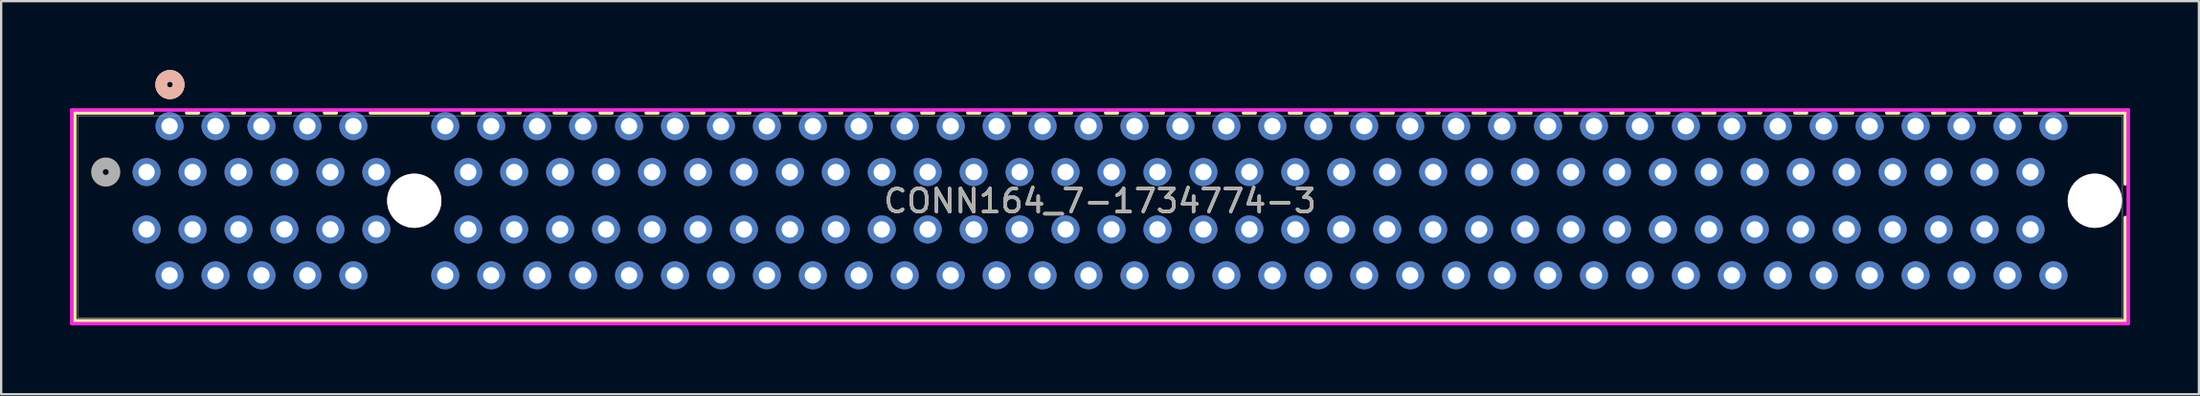
<source format=kicad_pcb>
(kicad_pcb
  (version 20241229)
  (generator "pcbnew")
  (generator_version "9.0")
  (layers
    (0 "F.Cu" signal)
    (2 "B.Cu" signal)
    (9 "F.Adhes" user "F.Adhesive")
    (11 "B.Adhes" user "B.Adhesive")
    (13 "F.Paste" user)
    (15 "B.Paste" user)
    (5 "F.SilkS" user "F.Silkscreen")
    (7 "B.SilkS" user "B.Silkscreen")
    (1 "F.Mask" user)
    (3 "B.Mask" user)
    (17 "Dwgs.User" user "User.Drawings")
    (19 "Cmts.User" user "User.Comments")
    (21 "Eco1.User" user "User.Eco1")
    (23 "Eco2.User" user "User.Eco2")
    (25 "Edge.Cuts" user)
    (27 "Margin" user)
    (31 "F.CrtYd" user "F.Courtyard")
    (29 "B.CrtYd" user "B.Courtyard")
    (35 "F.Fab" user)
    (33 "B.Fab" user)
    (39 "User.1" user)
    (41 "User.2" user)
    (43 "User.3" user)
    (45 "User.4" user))
  (footprint "CONN164_7-1734774-3"
    (layer "F.Cu")
    (at 3.33 4.445)
    (property "Reference" "CONN164_7-1734774-3" (at 41.5 1.264 0) (unlocked yes) (layer "F.SilkS") (effects (font (size 1 1) (thickness 0.15))))
    (attr through_hole)
    (fp_line (start -3.127 -2.577) (end 0.255 -2.577) (stroke (width 0.152) (type solid)) (layer "F.SilkS"))
    (fp_line (start -3.127 6.477) (end -3.127 -2.577) (stroke (width 0.152) (type solid)) (layer "F.SilkS"))
    (fp_line (start 1.745 -2.577) (end 2.255 -2.577) (stroke (width 0.152) (type solid)) (layer "F.SilkS"))
    (fp_line (start 3.745 -2.577) (end 4.255 -2.577) (stroke (width 0.152) (type solid)) (layer "F.SilkS"))
    (fp_line (start 5.745 -2.577) (end 6.255 -2.577) (stroke (width 0.152) (type solid)) (layer "F.SilkS"))
    (fp_line (start 7.745 -2.577) (end 8.255 -2.577) (stroke (width 0.152) (type solid)) (layer "F.SilkS"))
    (fp_line (start 9.745 -2.577) (end 12.255 -2.577) (stroke (width 0.152) (type solid)) (layer "F.SilkS"))
    (fp_line (start 13.745 -2.577) (end 14.255 -2.577) (stroke (width 0.152) (type solid)) (layer "F.SilkS"))
    (fp_line (start 15.745 -2.577) (end 16.255 -2.577) (stroke (width 0.152) (type solid)) (layer "F.SilkS"))
    (fp_line (start 17.745 -2.577) (end 18.255 -2.577) (stroke (width 0.152) (type solid)) (layer "F.SilkS"))
    (fp_line (start 19.745 -2.577) (end 20.255 -2.577) (stroke (width 0.152) (type solid)) (layer "F.SilkS"))
    (fp_line (start 21.745 -2.577) (end 22.255 -2.577) (stroke (width 0.152) (type solid)) (layer "F.SilkS"))
    (fp_line (start 23.745 -2.577) (end 24.255 -2.577) (stroke (width 0.152) (type solid)) (layer "F.SilkS"))
    (fp_line (start 25.745 -2.577) (end 26.255 -2.577) (stroke (width 0.152) (type solid)) (layer "F.SilkS"))
    (fp_line (start 27.745 -2.577) (end 28.255 -2.577) (stroke (width 0.152) (type solid)) (layer "F.SilkS"))
    (fp_line (start 29.745 -2.577) (end 30.255 -2.577) (stroke (width 0.152) (type solid)) (layer "F.SilkS"))
    (fp_line (start 31.745 -2.577) (end 32.255 -2.577) (stroke (width 0.152) (type solid)) (layer "F.SilkS"))
    (fp_line (start 33.745 -2.577) (end 34.255 -2.577) (stroke (width 0.152) (type solid)) (layer "F.SilkS"))
    (fp_line (start 35.745 -2.577) (end 36.255 -2.577) (stroke (width 0.152) (type solid)) (layer "F.SilkS"))
    (fp_line (start 37.745 -2.577) (end 38.255 -2.577) (stroke (width 0.152) (type solid)) (layer "F.SilkS"))
    (fp_line (start 39.745 -2.577) (end 40.255 -2.577) (stroke (width 0.152) (type solid)) (layer "F.SilkS"))
    (fp_line (start 41.745 -2.577) (end 42.255 -2.577) (stroke (width 0.152) (type solid)) (layer "F.SilkS"))
    (fp_line (start 43.745 -2.577) (end 44.255 -2.577) (stroke (width 0.152) (type solid)) (layer "F.SilkS"))
    (fp_line (start 45.745 -2.577) (end 46.255 -2.577) (stroke (width 0.152) (type solid)) (layer "F.SilkS"))
    (fp_line (start 47.745 -2.577) (end 48.255 -2.577) (stroke (width 0.152) (type solid)) (layer "F.SilkS"))
    (fp_line (start 49.745 -2.577) (end 50.255 -2.577) (stroke (width 0.152) (type solid)) (layer "F.SilkS"))
    (fp_line (start 51.745 -2.577) (end 52.255 -2.577) (stroke (width 0.152) (type solid)) (layer "F.SilkS"))
    (fp_line (start 53.745 -2.577) (end 54.255 -2.577) (stroke (width 0.152) (type solid)) (layer "F.SilkS"))
    (fp_line (start 55.745 -2.577) (end 56.255 -2.577) (stroke (width 0.152) (type solid)) (layer "F.SilkS"))
    (fp_line (start 57.745 -2.577) (end 58.255 -2.577) (stroke (width 0.152) (type solid)) (layer "F.SilkS"))
    (fp_line (start 59.745 -2.577) (end 60.255 -2.577) (stroke (width 0.152) (type solid)) (layer "F.SilkS"))
    (fp_line (start 61.745 -2.577) (end 62.255 -2.577) (stroke (width 0.152) (type solid)) (layer "F.SilkS"))
    (fp_line (start 63.745 -2.577) (end 64.255 -2.577) (stroke (width 0.152) (type solid)) (layer "F.SilkS"))
    (fp_line (start 65.745 -2.577) (end 66.255 -2.577) (stroke (width 0.152) (type solid)) (layer "F.SilkS"))
    (fp_line (start 67.745 -2.577) (end 68.255 -2.577) (stroke (width 0.152) (type solid)) (layer "F.SilkS"))
    (fp_line (start 69.745 -2.577) (end 70.255 -2.577) (stroke (width 0.152) (type solid)) (layer "F.SilkS"))
    (fp_line (start 71.745 -2.577) (end 72.255 -2.577) (stroke (width 0.152) (type solid)) (layer "F.SilkS"))
    (fp_line (start 73.745 -2.577) (end 74.255 -2.577) (stroke (width 0.152) (type solid)) (layer "F.SilkS"))
    (fp_line (start 75.745 -2.577) (end 76.255 -2.577) (stroke (width 0.152) (type solid)) (layer "F.SilkS"))
    (fp_line (start 77.745 -2.577) (end 78.255 -2.577) (stroke (width 0.152) (type solid)) (layer "F.SilkS"))
    (fp_line (start 79.745 -2.577) (end 80.255 -2.577) (stroke (width 0.152) (type solid)) (layer "F.SilkS"))
    (fp_line (start 81.745 -2.577) (end 82.255 -2.577) (stroke (width 0.152) (type solid)) (layer "F.SilkS"))
    (fp_line (start 83.745 -2.577) (end 86.127 -2.577) (stroke (width 0.152) (type solid)) (layer "F.SilkS"))
    (fp_line (start 86.127 -2.577) (end 86.127 0.521) (stroke (width 0.152) (type solid)) (layer "F.SilkS"))
    (fp_line (start 86.127 1.979) (end 86.127 6.477) (stroke (width 0.152) (type solid)) (layer "F.SilkS"))
    (fp_line (start 86.127 6.477) (end -3.127 6.477) (stroke (width 0.152) (type solid)) (layer "F.SilkS"))
    (fp_circle (center 1.016 -3.81) (end 1.397 -3.81) (stroke (width 0.508) (type solid)) (fill no) (layer "F.SilkS"))
    (fp_circle (center 1.016 -3.81) (end 1.397 -3.81) (stroke (width 0.508) (type solid)) (fill no) (layer "B.SilkS"))
    (fp_line (start -3.254 -2.704) (end -3.254 6.604) (stroke (width 0.152) (type solid)) (layer "F.CrtYd"))
    (fp_line (start -3.254 6.604) (end 86.254 6.604) (stroke (width 0.152) (type solid)) (layer "F.CrtYd"))
    (fp_line (start 86.254 -2.704) (end -3.254 -2.704) (stroke (width 0.152) (type solid)) (layer "F.CrtYd"))
    (fp_line (start 86.254 6.604) (end 86.254 -2.704) (stroke (width 0.152) (type solid)) (layer "F.CrtYd"))
    (fp_line (start -3 -2.45) (end -3 6.35) (stroke (width 0.025) (type solid)) (layer "F.Fab"))
    (fp_line (start -3 6.35) (end 86 6.35) (stroke (width 0.025) (type solid)) (layer "F.Fab"))
    (fp_line (start 86 -2.45) (end -3 -2.45) (stroke (width 0.025) (type solid)) (layer "F.Fab"))
    (fp_line (start 86 6.35) (end 86 -2.45) (stroke (width 0.025) (type solid)) (layer "F.Fab"))
    (fp_circle (center -1.778 0) (end -1.397 0) (stroke (width 0.508) (type solid)) (fill no) (layer "F.Fab"))
    (fp_circle (center 1 -2) (end 1.254 -2) (stroke (width 0.025) (type solid)) (fill no) (layer "F.Fab"))
    (fp_text user "${REFERENCE}" (at 41.5 1.264 0) (unlocked yes) (layer "F.Fab") (effects (font (size 1 1) (thickness 0.15))))
    (pad "165" thru_hole circle (at 11.65 1.25) (size 2.362 2.362) (drill 2.362) (layers "*.Cu" "*.Mask"))
    (pad "166" thru_hole circle (at 84.8 1.25) (size 2.362 2.362) (drill 2.362) (layers "*.Cu" "*.Mask"))
    (pad "A1" thru_hole circle (at 0 0 90) (size 1.219 1.219) (drill 0.711) (layers "*.Cu" "*.Mask"))
    (pad "A2" thru_hole circle (at 1 -2 90) (size 1.219 1.219) (drill 0.711) (layers "*.Cu" "*.Mask"))
    (pad "A3" thru_hole circle (at 2 0 90) (size 1.219 1.219) (drill 0.711) (layers "*.Cu" "*.Mask"))
    (pad "A4" thru_hole circle (at 3 -2 90) (size 1.219 1.219) (drill 0.711) (layers "*.Cu" "*.Mask"))
    (pad "A5" thru_hole circle (at 4 0 90) (size 1.219 1.219) (drill 0.711) (layers "*.Cu" "*.Mask"))
    (pad "A6" thru_hole circle (at 5 -2 90) (size 1.219 1.219) (drill 0.711) (layers "*.Cu" "*.Mask"))
    (pad "A7" thru_hole circle (at 6 0 90) (size 1.219 1.219) (drill 0.711) (layers "*.Cu" "*.Mask"))
    (pad "A8" thru_hole circle (at 7 -2 90) (size 1.219 1.219) (drill 0.711) (layers "*.Cu" "*.Mask"))
    (pad "A9" thru_hole circle (at 8 0 90) (size 1.219 1.219) (drill 0.711) (layers "*.Cu" "*.Mask"))
    (pad "A10" thru_hole circle (at 9 -2 90) (size 1.219 1.219) (drill 0.711) (layers "*.Cu" "*.Mask"))
    (pad "A11" thru_hole circle (at 10 0 90) (size 1.219 1.219) (drill 0.711) (layers "*.Cu" "*.Mask"))
    (pad "A12" thru_hole circle (at 13 -2 90) (size 1.219 1.219) (drill 0.711) (layers "*.Cu" "*.Mask"))
    (pad "A13" thru_hole circle (at 14 0 90) (size 1.219 1.219) (drill 0.711) (layers "*.Cu" "*.Mask"))
    (pad "A14" thru_hole circle (at 15 -2 90) (size 1.219 1.219) (drill 0.711) (layers "*.Cu" "*.Mask"))
    (pad "A15" thru_hole circle (at 16 0 90) (size 1.219 1.219) (drill 0.711) (layers "*.Cu" "*.Mask"))
    (pad "A16" thru_hole circle (at 17 -2 90) (size 1.219 1.219) (drill 0.711) (layers "*.Cu" "*.Mask"))
    (pad "A17" thru_hole circle (at 18 0 90) (size 1.219 1.219) (drill 0.711) (layers "*.Cu" "*.Mask"))
    (pad "A18" thru_hole circle (at 19 -2 90) (size 1.219 1.219) (drill 0.711) (layers "*.Cu" "*.Mask"))
    (pad "A19" thru_hole circle (at 20 0 90) (size 1.219 1.219) (drill 0.711) (layers "*.Cu" "*.Mask"))
    (pad "A20" thru_hole circle (at 21 -2 90) (size 1.219 1.219) (drill 0.711) (layers "*.Cu" "*.Mask"))
    (pad "A21" thru_hole circle (at 22 0 90) (size 1.219 1.219) (drill 0.711) (layers "*.Cu" "*.Mask"))
    (pad "A22" thru_hole circle (at 23 -2 90) (size 1.219 1.219) (drill 0.711) (layers "*.Cu" "*.Mask"))
    (pad "A23" thru_hole circle (at 24 0 90) (size 1.219 1.219) (drill 0.711) (layers "*.Cu" "*.Mask"))
    (pad "A24" thru_hole circle (at 25 -2 90) (size 1.219 1.219) (drill 0.711) (layers "*.Cu" "*.Mask"))
    (pad "A25" thru_hole circle (at 26 0 90) (size 1.219 1.219) (drill 0.711) (layers "*.Cu" "*.Mask"))
    (pad "A26" thru_hole circle (at 27 -2 90) (size 1.219 1.219) (drill 0.711) (layers "*.Cu" "*.Mask"))
    (pad "A27" thru_hole circle (at 28 0 90) (size 1.219 1.219) (drill 0.711) (layers "*.Cu" "*.Mask"))
    (pad "A28" thru_hole circle (at 29 -2 90) (size 1.219 1.219) (drill 0.711) (layers "*.Cu" "*.Mask"))
    (pad "A29" thru_hole circle (at 30 0 90) (size 1.219 1.219) (drill 0.711) (layers "*.Cu" "*.Mask"))
    (pad "A30" thru_hole circle (at 31 -2 90) (size 1.219 1.219) (drill 0.711) (layers "*.Cu" "*.Mask"))
    (pad "A31" thru_hole circle (at 32 0 90) (size 1.219 1.219) (drill 0.711) (layers "*.Cu" "*.Mask"))
    (pad "A32" thru_hole circle (at 33 -2 90) (size 1.219 1.219) (drill 0.711) (layers "*.Cu" "*.Mask"))
    (pad "A33" thru_hole circle (at 34 0 90) (size 1.219 1.219) (drill 0.711) (layers "*.Cu" "*.Mask"))
    (pad "A34" thru_hole circle (at 35 -2 90) (size 1.219 1.219) (drill 0.711) (layers "*.Cu" "*.Mask"))
    (pad "A35" thru_hole circle (at 36 0 90) (size 1.219 1.219) (drill 0.711) (layers "*.Cu" "*.Mask"))
    (pad "A36" thru_hole circle (at 37 -2 90) (size 1.219 1.219) (drill 0.711) (layers "*.Cu" "*.Mask"))
    (pad "A37" thru_hole circle (at 38 0 90) (size 1.219 1.219) (drill 0.711) (layers "*.Cu" "*.Mask"))
    (pad "A38" thru_hole circle (at 39 -2 90) (size 1.219 1.219) (drill 0.711) (layers "*.Cu" "*.Mask"))
    (pad "A39" thru_hole circle (at 40 0 90) (size 1.219 1.219) (drill 0.711) (layers "*.Cu" "*.Mask"))
    (pad "A40" thru_hole circle (at 41 -2 90) (size 1.219 1.219) (drill 0.711) (layers "*.Cu" "*.Mask"))
    (pad "A41" thru_hole circle (at 42 0 90) (size 1.219 1.219) (drill 0.711) (layers "*.Cu" "*.Mask"))
    (pad "A42" thru_hole circle (at 43 -2 90) (size 1.219 1.219) (drill 0.711) (layers "*.Cu" "*.Mask"))
    (pad "A43" thru_hole circle (at 44 0 90) (size 1.219 1.219) (drill 0.711) (layers "*.Cu" "*.Mask"))
    (pad "A44" thru_hole circle (at 45 -2 90) (size 1.219 1.219) (drill 0.711) (layers "*.Cu" "*.Mask"))
    (pad "A45" thru_hole circle (at 46 0 90) (size 1.219 1.219) (drill 0.711) (layers "*.Cu" "*.Mask"))
    (pad "A46" thru_hole circle (at 47 -2 90) (size 1.219 1.219) (drill 0.711) (layers "*.Cu" "*.Mask"))
    (pad "A47" thru_hole circle (at 48 0 90) (size 1.219 1.219) (drill 0.711) (layers "*.Cu" "*.Mask"))
    (pad "A48" thru_hole circle (at 49 -2 90) (size 1.219 1.219) (drill 0.711) (layers "*.Cu" "*.Mask"))
    (pad "A49" thru_hole circle (at 50 0 90) (size 1.219 1.219) (drill 0.711) (layers "*.Cu" "*.Mask"))
    (pad "A50" thru_hole circle (at 51 -2 90) (size 1.219 1.219) (drill 0.711) (layers "*.Cu" "*.Mask"))
    (pad "A51" thru_hole circle (at 52 0 90) (size 1.219 1.219) (drill 0.711) (layers "*.Cu" "*.Mask"))
    (pad "A52" thru_hole circle (at 53 -2 90) (size 1.219 1.219) (drill 0.711) (layers "*.Cu" "*.Mask"))
    (pad "A53" thru_hole circle (at 54 0 90) (size 1.219 1.219) (drill 0.711) (layers "*.Cu" "*.Mask"))
    (pad "A54" thru_hole circle (at 55 -2 90) (size 1.219 1.219) (drill 0.711) (layers "*.Cu" "*.Mask"))
    (pad "A55" thru_hole circle (at 56 0 90) (size 1.219 1.219) (drill 0.711) (layers "*.Cu" "*.Mask"))
    (pad "A56" thru_hole circle (at 57 -2 90) (size 1.219 1.219) (drill 0.711) (layers "*.Cu" "*.Mask"))
    (pad "A57" thru_hole circle (at 58 0 90) (size 1.219 1.219) (drill 0.711) (layers "*.Cu" "*.Mask"))
    (pad "A58" thru_hole circle (at 59 -2 90) (size 1.219 1.219) (drill 0.711) (layers "*.Cu" "*.Mask"))
    (pad "A59" thru_hole circle (at 60 0 90) (size 1.219 1.219) (drill 0.711) (layers "*.Cu" "*.Mask"))
    (pad "A60" thru_hole circle (at 61 -2 90) (size 1.219 1.219) (drill 0.711) (layers "*.Cu" "*.Mask"))
    (pad "A61" thru_hole circle (at 62 0 90) (size 1.219 1.219) (drill 0.711) (layers "*.Cu" "*.Mask"))
    (pad "A62" thru_hole circle (at 63 -2 90) (size 1.219 1.219) (drill 0.711) (layers "*.Cu" "*.Mask"))
    (pad "A63" thru_hole circle (at 64 0 90) (size 1.219 1.219) (drill 0.711) (layers "*.Cu" "*.Mask"))
    (pad "A64" thru_hole circle (at 65 -2 90) (size 1.219 1.219) (drill 0.711) (layers "*.Cu" "*.Mask"))
    (pad "A65" thru_hole circle (at 66 0 90) (size 1.219 1.219) (drill 0.711) (layers "*.Cu" "*.Mask"))
    (pad "A66" thru_hole circle (at 67 -2 90) (size 1.219 1.219) (drill 0.711) (layers "*.Cu" "*.Mask"))
    (pad "A67" thru_hole circle (at 68 0 90) (size 1.219 1.219) (drill 0.711) (layers "*.Cu" "*.Mask"))
    (pad "A68" thru_hole circle (at 69 -2 90) (size 1.219 1.219) (drill 0.711) (layers "*.Cu" "*.Mask"))
    (pad "A69" thru_hole circle (at 70 0 90) (size 1.219 1.219) (drill 0.711) (layers "*.Cu" "*.Mask"))
    (pad "A70" thru_hole circle (at 71 -2 90) (size 1.219 1.219) (drill 0.711) (layers "*.Cu" "*.Mask"))
    (pad "A71" thru_hole circle (at 72 0 90) (size 1.219 1.219) (drill 0.711) (layers "*.Cu" "*.Mask"))
    (pad "A72" thru_hole circle (at 73 -2 90) (size 1.219 1.219) (drill 0.711) (layers "*.Cu" "*.Mask"))
    (pad "A73" thru_hole circle (at 74 0 90) (size 1.219 1.219) (drill 0.711) (layers "*.Cu" "*.Mask"))
    (pad "A74" thru_hole circle (at 75 -2 90) (size 1.219 1.219) (drill 0.711) (layers "*.Cu" "*.Mask"))
    (pad "A75" thru_hole circle (at 76 0 90) (size 1.219 1.219) (drill 0.711) (layers "*.Cu" "*.Mask"))
    (pad "A76" thru_hole circle (at 77 -2 90) (size 1.219 1.219) (drill 0.711) (layers "*.Cu" "*.Mask"))
    (pad "A77" thru_hole circle (at 78 0 90) (size 1.219 1.219) (drill 0.711) (layers "*.Cu" "*.Mask"))
    (pad "A78" thru_hole circle (at 79 -2 90) (size 1.219 1.219) (drill 0.711) (layers "*.Cu" "*.Mask"))
    (pad "A79" thru_hole circle (at 80 0 90) (size 1.219 1.219) (drill 0.711) (layers "*.Cu" "*.Mask"))
    (pad "A80" thru_hole circle (at 81 -2 90) (size 1.219 1.219) (drill 0.711) (layers "*.Cu" "*.Mask"))
    (pad "A81" thru_hole circle (at 82 0 90) (size 1.219 1.219) (drill 0.711) (layers "*.Cu" "*.Mask"))
    (pad "A82" thru_hole circle (at 83 -2 90) (size 1.219 1.219) (drill 0.711) (layers "*.Cu" "*.Mask"))
    (pad "B1" thru_hole circle (at 0 2.5 90) (size 1.219 1.219) (drill 0.711) (layers "*.Cu" "*.Mask"))
    (pad "B2" thru_hole circle (at 1 4.5 90) (size 1.219 1.219) (drill 0.711) (layers "*.Cu" "*.Mask"))
    (pad "B3" thru_hole circle (at 2 2.5 90) (size 1.219 1.219) (drill 0.711) (layers "*.Cu" "*.Mask"))
    (pad "B4" thru_hole circle (at 3 4.5 90) (size 1.219 1.219) (drill 0.711) (layers "*.Cu" "*.Mask"))
    (pad "B5" thru_hole circle (at 4 2.5 90) (size 1.219 1.219) (drill 0.711) (layers "*.Cu" "*.Mask"))
    (pad "B6" thru_hole circle (at 5 4.5 90) (size 1.219 1.219) (drill 0.711) (layers "*.Cu" "*.Mask"))
    (pad "B7" thru_hole circle (at 6 2.5 90) (size 1.219 1.219) (drill 0.711) (layers "*.Cu" "*.Mask"))
    (pad "B8" thru_hole circle (at 7 4.5 90) (size 1.219 1.219) (drill 0.711) (layers "*.Cu" "*.Mask"))
    (pad "B9" thru_hole circle (at 8 2.5 90) (size 1.219 1.219) (drill 0.711) (layers "*.Cu" "*.Mask"))
    (pad "B10" thru_hole circle (at 9 4.5 90) (size 1.219 1.219) (drill 0.711) (layers "*.Cu" "*.Mask"))
    (pad "B11" thru_hole circle (at 10 2.5 90) (size 1.219 1.219) (drill 0.711) (layers "*.Cu" "*.Mask"))
    (pad "B12" thru_hole circle (at 13 4.5 90) (size 1.219 1.219) (drill 0.711) (layers "*.Cu" "*.Mask"))
    (pad "B13" thru_hole circle (at 14 2.5 90) (size 1.219 1.219) (drill 0.711) (layers "*.Cu" "*.Mask"))
    (pad "B14" thru_hole circle (at 15 4.5 90) (size 1.219 1.219) (drill 0.711) (layers "*.Cu" "*.Mask"))
    (pad "B15" thru_hole circle (at 16 2.5 90) (size 1.219 1.219) (drill 0.711) (layers "*.Cu" "*.Mask"))
    (pad "B16" thru_hole circle (at 17 4.5 90) (size 1.219 1.219) (drill 0.711) (layers "*.Cu" "*.Mask"))
    (pad "B17" thru_hole circle (at 18 2.5 90) (size 1.219 1.219) (drill 0.711) (layers "*.Cu" "*.Mask"))
    (pad "B18" thru_hole circle (at 19 4.5 90) (size 1.219 1.219) (drill 0.711) (layers "*.Cu" "*.Mask"))
    (pad "B19" thru_hole circle (at 20 2.5 90) (size 1.219 1.219) (drill 0.711) (layers "*.Cu" "*.Mask"))
    (pad "B20" thru_hole circle (at 21 4.5 90) (size 1.219 1.219) (drill 0.711) (layers "*.Cu" "*.Mask"))
    (pad "B21" thru_hole circle (at 22 2.5 90) (size 1.219 1.219) (drill 0.711) (layers "*.Cu" "*.Mask"))
    (pad "B22" thru_hole circle (at 23 4.5 90) (size 1.219 1.219) (drill 0.711) (layers "*.Cu" "*.Mask"))
    (pad "B23" thru_hole circle (at 24 2.5 90) (size 1.219 1.219) (drill 0.711) (layers "*.Cu" "*.Mask"))
    (pad "B24" thru_hole circle (at 25 4.5 90) (size 1.219 1.219) (drill 0.711) (layers "*.Cu" "*.Mask"))
    (pad "B25" thru_hole circle (at 26 2.5 90) (size 1.219 1.219) (drill 0.711) (layers "*.Cu" "*.Mask"))
    (pad "B26" thru_hole circle (at 27 4.5 90) (size 1.219 1.219) (drill 0.711) (layers "*.Cu" "*.Mask"))
    (pad "B27" thru_hole circle (at 28 2.5 90) (size 1.219 1.219) (drill 0.711) (layers "*.Cu" "*.Mask"))
    (pad "B28" thru_hole circle (at 29 4.5 90) (size 1.219 1.219) (drill 0.711) (layers "*.Cu" "*.Mask"))
    (pad "B29" thru_hole circle (at 30 2.5 90) (size 1.219 1.219) (drill 0.711) (layers "*.Cu" "*.Mask"))
    (pad "B30" thru_hole circle (at 31 4.5 90) (size 1.219 1.219) (drill 0.711) (layers "*.Cu" "*.Mask"))
    (pad "B31" thru_hole circle (at 32 2.5 90) (size 1.219 1.219) (drill 0.711) (layers "*.Cu" "*.Mask"))
    (pad "B32" thru_hole circle (at 33 4.5 90) (size 1.219 1.219) (drill 0.711) (layers "*.Cu" "*.Mask"))
    (pad "B33" thru_hole circle (at 34 2.5 90) (size 1.219 1.219) (drill 0.711) (layers "*.Cu" "*.Mask"))
    (pad "B34" thru_hole circle (at 35 4.5 90) (size 1.219 1.219) (drill 0.711) (layers "*.Cu" "*.Mask"))
    (pad "B35" thru_hole circle (at 36 2.5 90) (size 1.219 1.219) (drill 0.711) (layers "*.Cu" "*.Mask"))
    (pad "B36" thru_hole circle (at 37 4.5 90) (size 1.219 1.219) (drill 0.711) (layers "*.Cu" "*.Mask"))
    (pad "B37" thru_hole circle (at 38 2.5 90) (size 1.219 1.219) (drill 0.711) (layers "*.Cu" "*.Mask"))
    (pad "B38" thru_hole circle (at 39 4.5 90) (size 1.219 1.219) (drill 0.711) (layers "*.Cu" "*.Mask"))
    (pad "B39" thru_hole circle (at 40 2.5 90) (size 1.219 1.219) (drill 0.711) (layers "*.Cu" "*.Mask"))
    (pad "B40" thru_hole circle (at 41 4.5 90) (size 1.219 1.219) (drill 0.711) (layers "*.Cu" "*.Mask"))
    (pad "B41" thru_hole circle (at 42 2.5 90) (size 1.219 1.219) (drill 0.711) (layers "*.Cu" "*.Mask"))
    (pad "B42" thru_hole circle (at 43 4.5 90) (size 1.219 1.219) (drill 0.711) (layers "*.Cu" "*.Mask"))
    (pad "B43" thru_hole circle (at 44 2.5 90) (size 1.219 1.219) (drill 0.711) (layers "*.Cu" "*.Mask"))
    (pad "B44" thru_hole circle (at 45 4.5 90) (size 1.219 1.219) (drill 0.711) (layers "*.Cu" "*.Mask"))
    (pad "B45" thru_hole circle (at 46 2.5 90) (size 1.219 1.219) (drill 0.711) (layers "*.Cu" "*.Mask"))
    (pad "B46" thru_hole circle (at 47 4.5 90) (size 1.219 1.219) (drill 0.711) (layers "*.Cu" "*.Mask"))
    (pad "B47" thru_hole circle (at 48 2.5 90) (size 1.219 1.219) (drill 0.711) (layers "*.Cu" "*.Mask"))
    (pad "B48" thru_hole circle (at 49 4.5 90) (size 1.219 1.219) (drill 0.711) (layers "*.Cu" "*.Mask"))
    (pad "B49" thru_hole circle (at 50 2.5 90) (size 1.219 1.219) (drill 0.711) (layers "*.Cu" "*.Mask"))
    (pad "B50" thru_hole circle (at 51 4.5 90) (size 1.219 1.219) (drill 0.711) (layers "*.Cu" "*.Mask"))
    (pad "B51" thru_hole circle (at 52 2.5 90) (size 1.219 1.219) (drill 0.711) (layers "*.Cu" "*.Mask"))
    (pad "B52" thru_hole circle (at 53 4.5 90) (size 1.219 1.219) (drill 0.711) (layers "*.Cu" "*.Mask"))
    (pad "B53" thru_hole circle (at 54 2.5 90) (size 1.219 1.219) (drill 0.711) (layers "*.Cu" "*.Mask"))
    (pad "B54" thru_hole circle (at 55 4.5 90) (size 1.219 1.219) (drill 0.711) (layers "*.Cu" "*.Mask"))
    (pad "B55" thru_hole circle (at 56 2.5 90) (size 1.219 1.219) (drill 0.711) (layers "*.Cu" "*.Mask"))
    (pad "B56" thru_hole circle (at 57 4.5 90) (size 1.219 1.219) (drill 0.711) (layers "*.Cu" "*.Mask"))
    (pad "B57" thru_hole circle (at 58 2.5 90) (size 1.219 1.219) (drill 0.711) (layers "*.Cu" "*.Mask"))
    (pad "B58" thru_hole circle (at 59 4.5 90) (size 1.219 1.219) (drill 0.711) (layers "*.Cu" "*.Mask"))
    (pad "B59" thru_hole circle (at 60 2.5 90) (size 1.219 1.219) (drill 0.711) (layers "*.Cu" "*.Mask"))
    (pad "B60" thru_hole circle (at 61 4.5 90) (size 1.219 1.219) (drill 0.711) (layers "*.Cu" "*.Mask"))
    (pad "B61" thru_hole circle (at 62 2.5 90) (size 1.219 1.219) (drill 0.711) (layers "*.Cu" "*.Mask"))
    (pad "B62" thru_hole circle (at 63 4.5 90) (size 1.219 1.219) (drill 0.711) (layers "*.Cu" "*.Mask"))
    (pad "B63" thru_hole circle (at 64 2.5 90) (size 1.219 1.219) (drill 0.711) (layers "*.Cu" "*.Mask"))
    (pad "B64" thru_hole circle (at 65 4.5 90) (size 1.219 1.219) (drill 0.711) (layers "*.Cu" "*.Mask"))
    (pad "B65" thru_hole circle (at 66 2.5 90) (size 1.219 1.219) (drill 0.711) (layers "*.Cu" "*.Mask"))
    (pad "B66" thru_hole circle (at 67 4.5 90) (size 1.219 1.219) (drill 0.711) (layers "*.Cu" "*.Mask"))
    (pad "B67" thru_hole circle (at 68 2.5 90) (size 1.219 1.219) (drill 0.711) (layers "*.Cu" "*.Mask"))
    (pad "B68" thru_hole circle (at 69 4.5 90) (size 1.219 1.219) (drill 0.711) (layers "*.Cu" "*.Mask"))
    (pad "B69" thru_hole circle (at 70 2.5 90) (size 1.219 1.219) (drill 0.711) (layers "*.Cu" "*.Mask"))
    (pad "B70" thru_hole circle (at 71 4.5 90) (size 1.219 1.219) (drill 0.711) (layers "*.Cu" "*.Mask"))
    (pad "B71" thru_hole circle (at 72 2.5 90) (size 1.219 1.219) (drill 0.711) (layers "*.Cu" "*.Mask"))
    (pad "B72" thru_hole circle (at 73 4.5 90) (size 1.219 1.219) (drill 0.711) (layers "*.Cu" "*.Mask"))
    (pad "B73" thru_hole circle (at 74 2.5 90) (size 1.219 1.219) (drill 0.711) (layers "*.Cu" "*.Mask"))
    (pad "B74" thru_hole circle (at 75 4.5 90) (size 1.219 1.219) (drill 0.711) (layers "*.Cu" "*.Mask"))
    (pad "B75" thru_hole circle (at 76 2.5 90) (size 1.219 1.219) (drill 0.711) (layers "*.Cu" "*.Mask"))
    (pad "B76" thru_hole circle (at 77 4.5 90) (size 1.219 1.219) (drill 0.711) (layers "*.Cu" "*.Mask"))
    (pad "B77" thru_hole circle (at 78 2.5 90) (size 1.219 1.219) (drill 0.711) (layers "*.Cu" "*.Mask"))
    (pad "B78" thru_hole circle (at 79 4.5 90) (size 1.219 1.219) (drill 0.711) (layers "*.Cu" "*.Mask"))
    (pad "B79" thru_hole circle (at 80 2.5 90) (size 1.219 1.219) (drill 0.711) (layers "*.Cu" "*.Mask"))
    (pad "B80" thru_hole circle (at 81 4.5 90) (size 1.219 1.219) (drill 0.711) (layers "*.Cu" "*.Mask"))
    (pad "B81" thru_hole circle (at 82 2.5 90) (size 1.219 1.219) (drill 0.711) (layers "*.Cu" "*.Mask"))
    (pad "B82" thru_hole circle (at 83 4.5 90) (size 1.219 1.219) (drill 0.711) (layers "*.Cu" "*.Mask")))
  (gr_rect
    (start -3 -3)
    (end 92.66 14.125)
    (stroke (width 0.1) (type default))
    (fill no)
    (layer "Edge.Cuts")))
</source>
